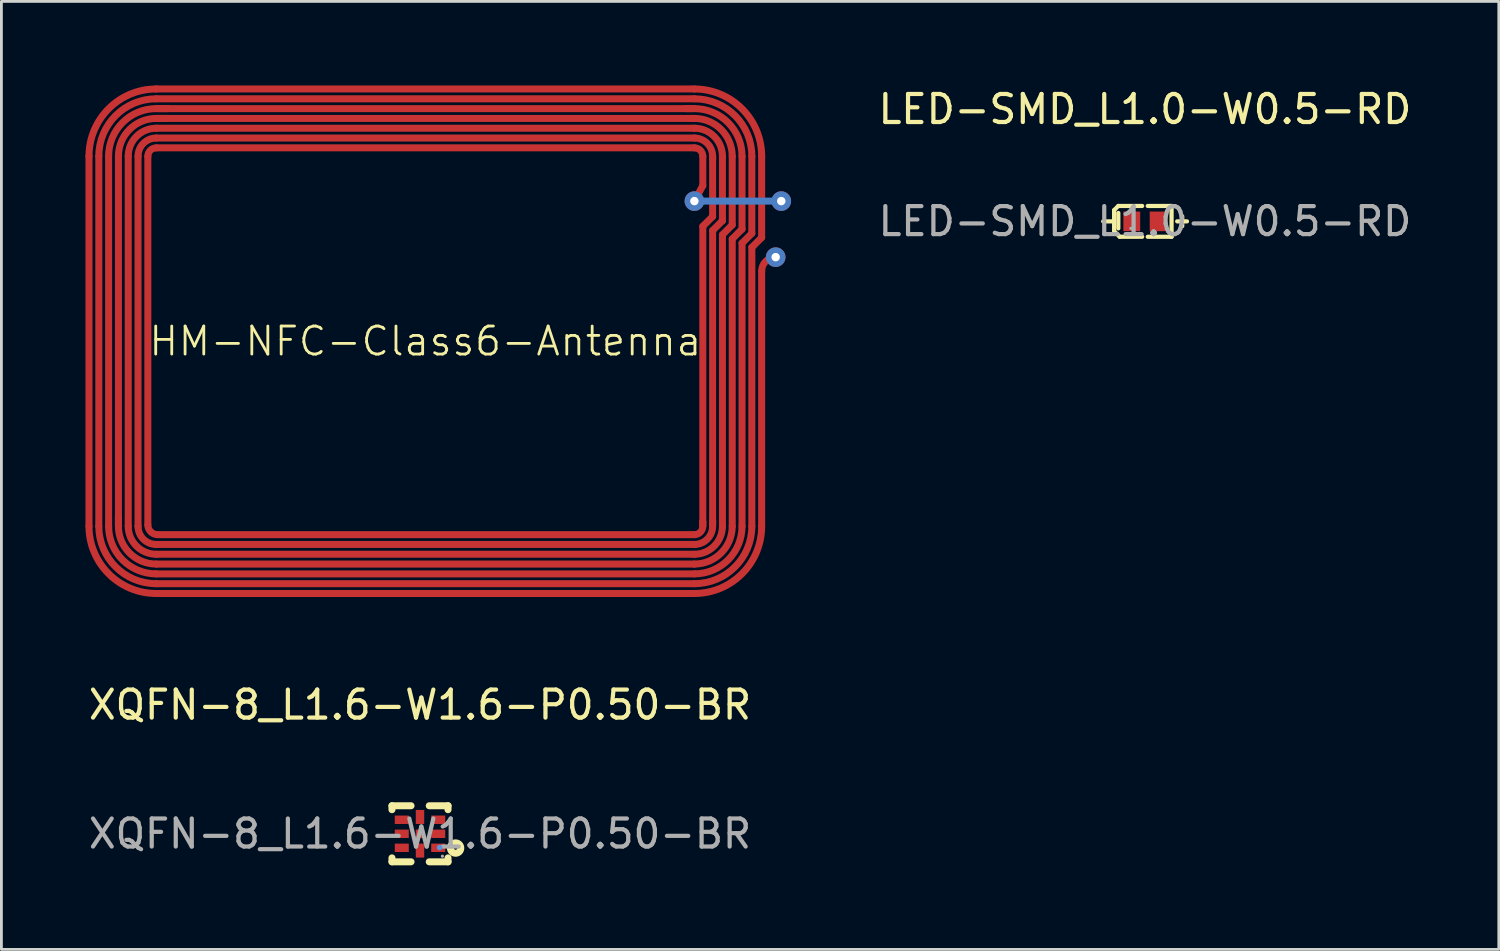
<source format=kicad_pcb>
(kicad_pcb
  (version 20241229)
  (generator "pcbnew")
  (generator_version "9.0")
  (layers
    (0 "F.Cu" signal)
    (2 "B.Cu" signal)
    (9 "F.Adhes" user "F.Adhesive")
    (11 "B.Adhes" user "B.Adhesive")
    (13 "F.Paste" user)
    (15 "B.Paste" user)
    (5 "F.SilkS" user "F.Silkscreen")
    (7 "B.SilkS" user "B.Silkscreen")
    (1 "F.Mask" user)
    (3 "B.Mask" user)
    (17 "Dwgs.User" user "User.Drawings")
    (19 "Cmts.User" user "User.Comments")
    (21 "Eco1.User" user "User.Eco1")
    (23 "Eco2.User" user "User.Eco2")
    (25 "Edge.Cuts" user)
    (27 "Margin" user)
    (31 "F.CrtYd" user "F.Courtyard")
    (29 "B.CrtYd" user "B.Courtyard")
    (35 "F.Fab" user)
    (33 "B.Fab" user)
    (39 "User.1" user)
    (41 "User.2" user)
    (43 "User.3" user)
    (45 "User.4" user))
  (footprint "LED-SMD_L1.0-W0.5-RD"
    (layer "F.Cu")
    (at 37.8 4.848)
    (property "Reference" "LED-SMD_L1.0-W0.5-RD" (at 0 -4 0) (layer "F.SilkS") (effects (font (size 1 1) (thickness 0.15))))
    (attr smd)
    (fp_line (start -1.15 0) (end -1.49 0) (stroke (width 0.15) (type solid)) (layer "F.SilkS"))
    (fp_line (start -1.1 -0.4) (end -0.95 -0.55) (stroke (width 0.15) (type solid)) (layer "F.SilkS"))
    (fp_line (start -1.1 -0.3) (end -1.1 -0.4) (stroke (width 0.15) (type solid)) (layer "F.SilkS"))
    (fp_line (start -1.1 0.35) (end -1.1 -0.3) (stroke (width 0.15) (type solid)) (layer "F.SilkS"))
    (fp_line (start -0.95 -0.3) (end -0.95 0.25) (stroke (width 0.15) (type solid)) (layer "F.SilkS"))
    (fp_line (start -0.9 0.55) (end -1.1 0.35) (stroke (width 0.15) (type solid)) (layer "F.SilkS"))
    (fp_line (start -0.1 -0.55) (end -0.95 -0.55) (stroke (width 0.15) (type solid)) (layer "F.SilkS"))
    (fp_line (start -0.1 0.55) (end -0.9 0.55) (stroke (width 0.15) (type solid)) (layer "F.SilkS"))
    (fp_line (start 0.95 -0.55) (end 0.1 -0.55) (stroke (width 0.15) (type solid)) (layer "F.SilkS"))
    (fp_line (start 0.95 0.55) (end 0.1 0.55) (stroke (width 0.15) (type solid)) (layer "F.SilkS"))
    (fp_line (start 0.95 0.55) (end 0.95 -0.55) (stroke (width 0.15) (type solid)) (layer "F.SilkS"))
    (fp_line (start 1.15 0) (end 1.5 0) (stroke (width 0.15) (type solid)) (layer "F.SilkS"))
    (fp_line (start 1.33 0.17) (end 1.33 -0.18) (stroke (width 0.15) (type solid)) (layer "F.SilkS"))
    (fp_circle (center -0.5 0.25) (end -0.47 0.25) (stroke (width 0.06) (type solid)) (fill no) (layer "F.Fab"))
    (fp_text user "${REFERENCE}" (at 0 0 0) (layer "F.Fab") (effects (font (size 1 1) (thickness 0.15))))
    (pad "1" smd rect (at -0.47 0 180) (size 0.6 0.7) (layers "F.Cu" "F.Mask" "F.Paste"))
    (pad "2" smd rect (at 0.47 0 180) (size 0.6 0.7) (layers "F.Cu" "F.Mask" "F.Paste")))
  (footprint "HM-NFC-Class6-Antenna"
    (layer "F.Cu")
    (at 12.125 9.125)
    (property "Reference" "HM-NFC-Class6-Antenna" (at 0 0 0) (layer "F.SilkS") (effects (font (size 1 1) (thickness 0.1))))
    (attr through_hole)
    (fp_line (start -12 -6.6) (end -12 6.6) (stroke (width 0.25) (type solid)) (layer "F.Cu"))
    (fp_line (start -11.65 -6.6) (end -11.65 6.6) (stroke (width 0.25) (type solid)) (layer "F.Cu"))
    (fp_line (start -11.3 -6.6) (end -11.3 6.6) (stroke (width 0.25) (type solid)) (layer "F.Cu"))
    (fp_line (start -10.95 -6.6) (end -10.95 6.25) (stroke (width 0.25) (type solid)) (layer "F.Cu"))
    (fp_line (start -10.95 6.25) (end -10.95 6.55) (stroke (width 0.25) (type solid)) (layer "F.Cu"))
    (fp_line (start -10.95 6.6) (end -10.95 6.25) (stroke (width 0.25) (type solid)) (layer "F.Cu"))
    (fp_line (start -10.6 -6.6) (end -10.6 6.6) (stroke (width 0.25) (type solid)) (layer "F.Cu"))
    (fp_line (start -10.25 -6.6) (end -10.25 6.6) (stroke (width 0.25) (type solid)) (layer "F.Cu"))
    (fp_line (start -9.9 -6.6) (end -9.9 6.55) (stroke (width 0.25) (type solid)) (layer "F.Cu"))
    (fp_line (start -9.6 -9) (end 9.6 -9) (stroke (width 0.25) (type solid)) (layer "F.Cu"))
    (fp_line (start -9.6 -8.65) (end 9.6 -8.65) (stroke (width 0.25) (type solid)) (layer "F.Cu"))
    (fp_line (start -9.6 -8.3) (end -9.2 -8.3) (stroke (width 0.25) (type solid)) (layer "F.Cu"))
    (fp_line (start -9.6 -7.95) (end -9.25 -7.95) (stroke (width 0.25) (type solid)) (layer "F.Cu"))
    (fp_line (start -9.6 -7.6) (end 9.6 -7.6) (stroke (width 0.25) (type solid)) (layer "F.Cu"))
    (fp_line (start -9.6 -7.25) (end 9.6 -7.25) (stroke (width 0.25) (type solid)) (layer "F.Cu"))
    (fp_line (start -9.6 -6.9) (end 9.6 -6.9) (stroke (width 0.25) (type solid)) (layer "F.Cu"))
    (fp_line (start -9.6 7.25) (end 9.6 7.25) (stroke (width 0.25) (type solid)) (layer "F.Cu"))
    (fp_line (start -9.6 7.6) (end 9.6 7.6) (stroke (width 0.25) (type solid)) (layer "F.Cu"))
    (fp_line (start -9.6 7.95) (end 9.6 7.95) (stroke (width 0.25) (type solid)) (layer "F.Cu"))
    (fp_line (start -9.6 8.3) (end 9.6 8.3) (stroke (width 0.25) (type solid)) (layer "F.Cu"))
    (fp_line (start -9.6 8.65) (end 9.6 8.65) (stroke (width 0.25) (type solid)) (layer "F.Cu"))
    (fp_line (start -9.6 9) (end 9.6 9) (stroke (width 0.25) (type solid)) (layer "F.Cu"))
    (fp_line (start -9.55 -8.3) (end -9.2 -8.3) (stroke (width 0.25) (type solid)) (layer "F.Cu"))
    (fp_line (start -9.55 -7.95) (end -9.25 -7.95) (stroke (width 0.25) (type solid)) (layer "F.Cu"))
    (fp_line (start -9.55 6.9) (end 9.6 6.9) (stroke (width 0.25) (type solid)) (layer "F.Cu"))
    (fp_line (start -9.25 -7.95) (end 9.5 -7.95) (stroke (width 0.25) (type solid)) (layer "F.Cu"))
    (fp_line (start -9.2 -8.3) (end 9.3 -8.3) (stroke (width 0.25) (type solid)) (layer "F.Cu"))
    (fp_line (start 9.3 -8.3) (end 9.55 -8.3) (stroke (width 0.25) (type solid)) (layer "F.Cu"))
    (fp_line (start 9.5 -7.95) (end 9.55 -7.95) (stroke (width 0.25) (type solid)) (layer "F.Cu"))
    (fp_line (start 9.6 -8.3) (end 9.3 -8.3) (stroke (width 0.25) (type solid)) (layer "F.Cu"))
    (fp_line (start 9.6 -7.95) (end 9.5 -7.95) (stroke (width 0.25) (type solid)) (layer "F.Cu"))
    (fp_line (start 9.9 -6.6) (end 9.9 -5.55) (stroke (width 0.25) (type solid)) (layer "F.Cu"))
    (fp_line (start 9.9 -5.55) (end 9.6 -5) (stroke (width 0.25) (type solid)) (layer "F.Cu"))
    (fp_line (start 9.9 -4.1) (end 9.9 6.45) (stroke (width 0.25) (type solid)) (layer "F.Cu"))
    (fp_line (start 9.9 -4.1) (end 10.25 -4.45) (stroke (width 0.25) (type solid)) (layer "F.Cu"))
    (fp_line (start 9.9 6.45) (end 9.9 6.55) (stroke (width 0.25) (type solid)) (layer "F.Cu"))
    (fp_line (start 9.9 6.6) (end 9.9 6.45) (stroke (width 0.25) (type solid)) (layer "F.Cu"))
    (fp_line (start 10.25 -6.6) (end 10.25 -6.5) (stroke (width 0.25) (type solid)) (layer "F.Cu"))
    (fp_line (start 10.25 -6.55) (end 10.25 -6.5) (stroke (width 0.25) (type solid)) (layer "F.Cu"))
    (fp_line (start 10.25 -6.5) (end 10.25 -4.45) (stroke (width 0.25) (type solid)) (layer "F.Cu"))
    (fp_line (start 10.25 -3.95) (end 10.25 6.4) (stroke (width 0.25) (type solid)) (layer "F.Cu"))
    (fp_line (start 10.25 -3.95) (end 10.6 -4.3) (stroke (width 0.25) (type solid)) (layer "F.Cu"))
    (fp_line (start 10.25 6.4) (end 10.25 6.55) (stroke (width 0.25) (type solid)) (layer "F.Cu"))
    (fp_line (start 10.25 6.6) (end 10.25 6.4) (stroke (width 0.25) (type solid)) (layer "F.Cu"))
    (fp_line (start 10.6 -6.6) (end 10.6 -4.3) (stroke (width 0.25) (type solid)) (layer "F.Cu"))
    (fp_line (start 10.6 -3.8) (end 10.6 6.6) (stroke (width 0.25) (type solid)) (layer "F.Cu"))
    (fp_line (start 10.6 -3.8) (end 10.95 -4.15) (stroke (width 0.25) (type solid)) (layer "F.Cu"))
    (fp_line (start 10.95 -6.6) (end 10.95 -4.15) (stroke (width 0.25) (type solid)) (layer "F.Cu"))
    (fp_line (start 10.95 -3.65) (end 10.95 6.6) (stroke (width 0.25) (type solid)) (layer "F.Cu"))
    (fp_line (start 10.95 -3.65) (end 11.3 -4) (stroke (width 0.25) (type solid)) (layer "F.Cu"))
    (fp_line (start 11.3 -6.6) (end 11.3 -4) (stroke (width 0.25) (type solid)) (layer "F.Cu"))
    (fp_line (start 11.3 -3.5) (end 11.3 6.6) (stroke (width 0.25) (type solid)) (layer "F.Cu"))
    (fp_line (start 11.3 -3.5) (end 11.65 -3.85) (stroke (width 0.25) (type solid)) (layer "F.Cu"))
    (fp_line (start 11.65 -6.6) (end 11.65 -3.85) (stroke (width 0.25) (type solid)) (layer "F.Cu"))
    (fp_line (start 11.65 -3.35) (end 11.65 6.6) (stroke (width 0.25) (type solid)) (layer "F.Cu"))
    (fp_line (start 11.65 -3.35) (end 12 -3.7) (stroke (width 0.25) (type solid)) (layer "F.Cu"))
    (fp_line (start 12 -3.7) (end 12 -6.6) (stroke (width 0.25) (type solid)) (layer "F.Cu"))
    (fp_line (start 12 6.6) (end 12 -2.5) (stroke (width 0.25) (type solid)) (layer "F.Cu"))
    (fp_arc (start -12 -6.6) (mid -11.297056 -8.297056) (end -9.6 -9) (stroke (width 0.25) (type solid)) (layer "F.Cu"))
    (fp_arc (start -11.65 -6.6) (mid -11.049569 -8.049569) (end -9.6 -8.65) (stroke (width 0.25) (type solid)) (layer "F.Cu"))
    (fp_arc (start -11.3 -6.6) (mid -10.802082 -7.802082) (end -9.6 -8.3) (stroke (width 0.25) (type solid)) (layer "F.Cu"))
    (fp_arc (start -10.95 -6.6) (mid -10.554594 -7.554594) (end -9.6 -7.95) (stroke (width 0.25) (type solid)) (layer "F.Cu"))
    (fp_arc (start -10.6 -6.6) (mid -10.307107 -7.307107) (end -9.6 -7.6) (stroke (width 0.25) (type solid)) (layer "F.Cu"))
    (fp_arc (start -10.25 -6.6) (mid -10.059619 -7.059619) (end -9.6 -7.25) (stroke (width 0.25) (type solid)) (layer "F.Cu"))
    (fp_arc (start -9.9 -6.6) (mid -9.812132 -6.812132) (end -9.6 -6.9) (stroke (width 0.25) (type solid)) (layer "F.Cu"))
    (fp_arc (start -9.6 7.25) (mid -10.059619 7.059619) (end -10.25 6.6) (stroke (width 0.25) (type solid)) (layer "F.Cu"))
    (fp_arc (start -9.6 7.6) (mid -10.307107 7.307107) (end -10.6 6.6) (stroke (width 0.25) (type solid)) (layer "F.Cu"))
    (fp_arc (start -9.6 7.95) (mid -10.554594 7.554594) (end -10.95 6.6) (stroke (width 0.25) (type solid)) (layer "F.Cu"))
    (fp_arc (start -9.6 8.3) (mid -10.802082 7.802082) (end -11.3 6.6) (stroke (width 0.25) (type solid)) (layer "F.Cu"))
    (fp_arc (start -9.6 8.65) (mid -11.049569 8.049569) (end -11.65 6.6) (stroke (width 0.25) (type solid)) (layer "F.Cu"))
    (fp_arc (start -9.6 9) (mid -11.297056 8.297056) (end -12 6.6) (stroke (width 0.25) (type solid)) (layer "F.Cu"))
    (fp_arc (start -9.55 6.9) (mid -9.797487 6.797487) (end -9.9 6.55) (stroke (width 0.25) (type solid)) (layer "F.Cu"))
    (fp_arc (start 9.6 -9) (mid 11.297056 -8.297056) (end 12 -6.6) (stroke (width 0.25) (type solid)) (layer "F.Cu"))
    (fp_arc (start 9.6 -8.65) (mid 11.049569 -8.049569) (end 11.65 -6.6) (stroke (width 0.25) (type solid)) (layer "F.Cu"))
    (fp_arc (start 9.6 -8.3) (mid 10.802082 -7.802082) (end 11.3 -6.6) (stroke (width 0.25) (type solid)) (layer "F.Cu"))
    (fp_arc (start 9.6 -7.95) (mid 10.554594 -7.554594) (end 10.95 -6.6) (stroke (width 0.25) (type solid)) (layer "F.Cu"))
    (fp_arc (start 9.6 -7.6) (mid 10.307107 -7.307107) (end 10.6 -6.6) (stroke (width 0.25) (type solid)) (layer "F.Cu"))
    (fp_arc (start 9.6 -7.25) (mid 10.059619 -7.059619) (end 10.25 -6.6) (stroke (width 0.25) (type solid)) (layer "F.Cu"))
    (fp_arc (start 9.6 -6.9) (mid 9.812132 -6.812132) (end 9.9 -6.6) (stroke (width 0.25) (type solid)) (layer "F.Cu"))
    (fp_arc (start 9.9 6.6) (mid 9.812132 6.812132) (end 9.6 6.9) (stroke (width 0.25) (type solid)) (layer "F.Cu"))
    (fp_arc (start 10.25 6.6) (mid 10.059619 7.059619) (end 9.6 7.25) (stroke (width 0.25) (type solid)) (layer "F.Cu"))
    (fp_arc (start 10.6 6.6) (mid 10.307107 7.307107) (end 9.6 7.6) (stroke (width 0.25) (type solid)) (layer "F.Cu"))
    (fp_arc (start 10.95 6.6) (mid 10.554594 7.554594) (end 9.6 7.95) (stroke (width 0.25) (type solid)) (layer "F.Cu"))
    (fp_arc (start 11.3 6.6) (mid 10.802082 7.802082) (end 9.6 8.3) (stroke (width 0.25) (type solid)) (layer "F.Cu"))
    (fp_arc (start 11.65 6.6) (mid 11.049569 8.049569) (end 9.6 8.65) (stroke (width 0.25) (type solid)) (layer "F.Cu"))
    (fp_arc (start 12 -2.5) (mid 12.146447 -2.853553) (end 12.5 -3) (stroke (width 0.25) (type solid)) (layer "F.Cu"))
    (fp_arc (start 12 6.6) (mid 11.297056 8.297056) (end 9.6 9) (stroke (width 0.25) (type solid)) (layer "F.Cu"))
    (fp_line (start 9.6 -5) (end 12.7 -5) (stroke (width 0.25) (type solid)) (layer "B.Cu"))
    (fp_text user "Class 6 - 50 pF" (at 0 3 180) (layer "Eco2.User") (effects (font (size 1 1) (thickness 0.1)) (justify bottom)))
    (pad "" thru_hole circle (at 9.6 -5) (size 0.7 0.7) (drill 0.3) (layers "*.Cu" "*.Mask"))
    (pad "1" thru_hole circle (at 12.7 -5) (size 0.7 0.7) (drill 0.3) (layers "*.Cu" "*.Mask"))
    (pad "2" thru_hole circle (at 12.5 -3) (size 0.7 0.7) (drill 0.3) (layers "*.Cu" "*.Mask")))
  (footprint "XQFN-8_L1.6-W1.6-P0.50-BR"
    (layer "F.Cu")
    (at 11.935 26.698)
    (property "Reference" "XQFN-8_L1.6-W1.6-P0.50-BR" (at 0 -4.6 0) (layer "F.SilkS") (effects (font (size 1 1) (thickness 0.15))))
    (attr smd)
    (fp_line (start -1 -1) (end -0.32 -1) (stroke (width 0.25) (type solid)) (layer "F.SilkS"))
    (fp_line (start -1 -0.86) (end -1 -1) (stroke (width 0.25) (type solid)) (layer "F.SilkS"))
    (fp_line (start -1 1) (end -1 0.86) (stroke (width 0.25) (type solid)) (layer "F.SilkS"))
    (fp_line (start -0.32 1) (end -1 1) (stroke (width 0.25) (type solid)) (layer "F.SilkS"))
    (fp_line (start 0.33 -1) (end 1 -1) (stroke (width 0.25) (type solid)) (layer "F.SilkS"))
    (fp_line (start 1 -1) (end 1 -0.86) (stroke (width 0.25) (type solid)) (layer "F.SilkS"))
    (fp_line (start 1 0.86) (end 1 1) (stroke (width 0.25) (type solid)) (layer "F.SilkS"))
    (fp_line (start 1 1) (end 0.33 1) (stroke (width 0.25) (type solid)) (layer "F.SilkS"))
    (fp_circle (center 1.27 0.51) (end 1.33 0.51) (stroke (width 0.25) (type solid)) (fill no) (layer "F.SilkS"))
    (fp_circle (center 0.7 0.49) (end 0.75 0.49) (stroke (width 0.1) (type solid)) (fill no) (layer "Cmts.User"))
    (fp_circle (center 0.8 0.8) (end 0.83 0.8) (stroke (width 0.06) (type solid)) (fill no) (layer "F.Fab"))
    (fp_text user "${REFERENCE}" (at 0 0 0) (layer "F.Fab") (effects (font (size 1 1) (thickness 0.15))))
    (pad "1" smd rect (at 0.65 0.5 180) (size 0.5 0.3) (layers "F.Cu" "F.Mask" "F.Paste"))
    (pad "2" smd rect (at 0.65 0 180) (size 0.5 0.3) (layers "F.Cu" "F.Mask" "F.Paste"))
    (pad "3" smd rect (at 0.65 -0.5 180) (size 0.5 0.3) (layers "F.Cu" "F.Mask" "F.Paste"))
    (pad "4" smd rect (at 0 -0.6 270) (size 0.5 0.3) (layers "F.Cu" "F.Mask" "F.Paste"))
    (pad "5" smd rect (at -0.65 -0.5 180) (size 0.5 0.3) (layers "F.Cu" "F.Mask" "F.Paste"))
    (pad "6" smd rect (at -0.65 0 180) (size 0.5 0.3) (layers "F.Cu" "F.Mask" "F.Paste"))
    (pad "7" smd rect (at -0.65 0.5 180) (size 0.5 0.3) (layers "F.Cu" "F.Mask" "F.Paste"))
    (pad "8" smd rect (at 0 0.6 270) (size 0.5 0.3) (layers "F.Cu" "F.Mask" "F.Paste"))
    (pad "9" smd rect (at 0 0 270) (size 0.3 0.3) (layers "F.Cu" "F.Mask" "F.Paste")))
  (gr_rect
    (start -3 -3)
    (end 50.425 30.823)
    (stroke (width 0.1) (type default))
    (fill no)
    (layer "Edge.Cuts")))
</source>
